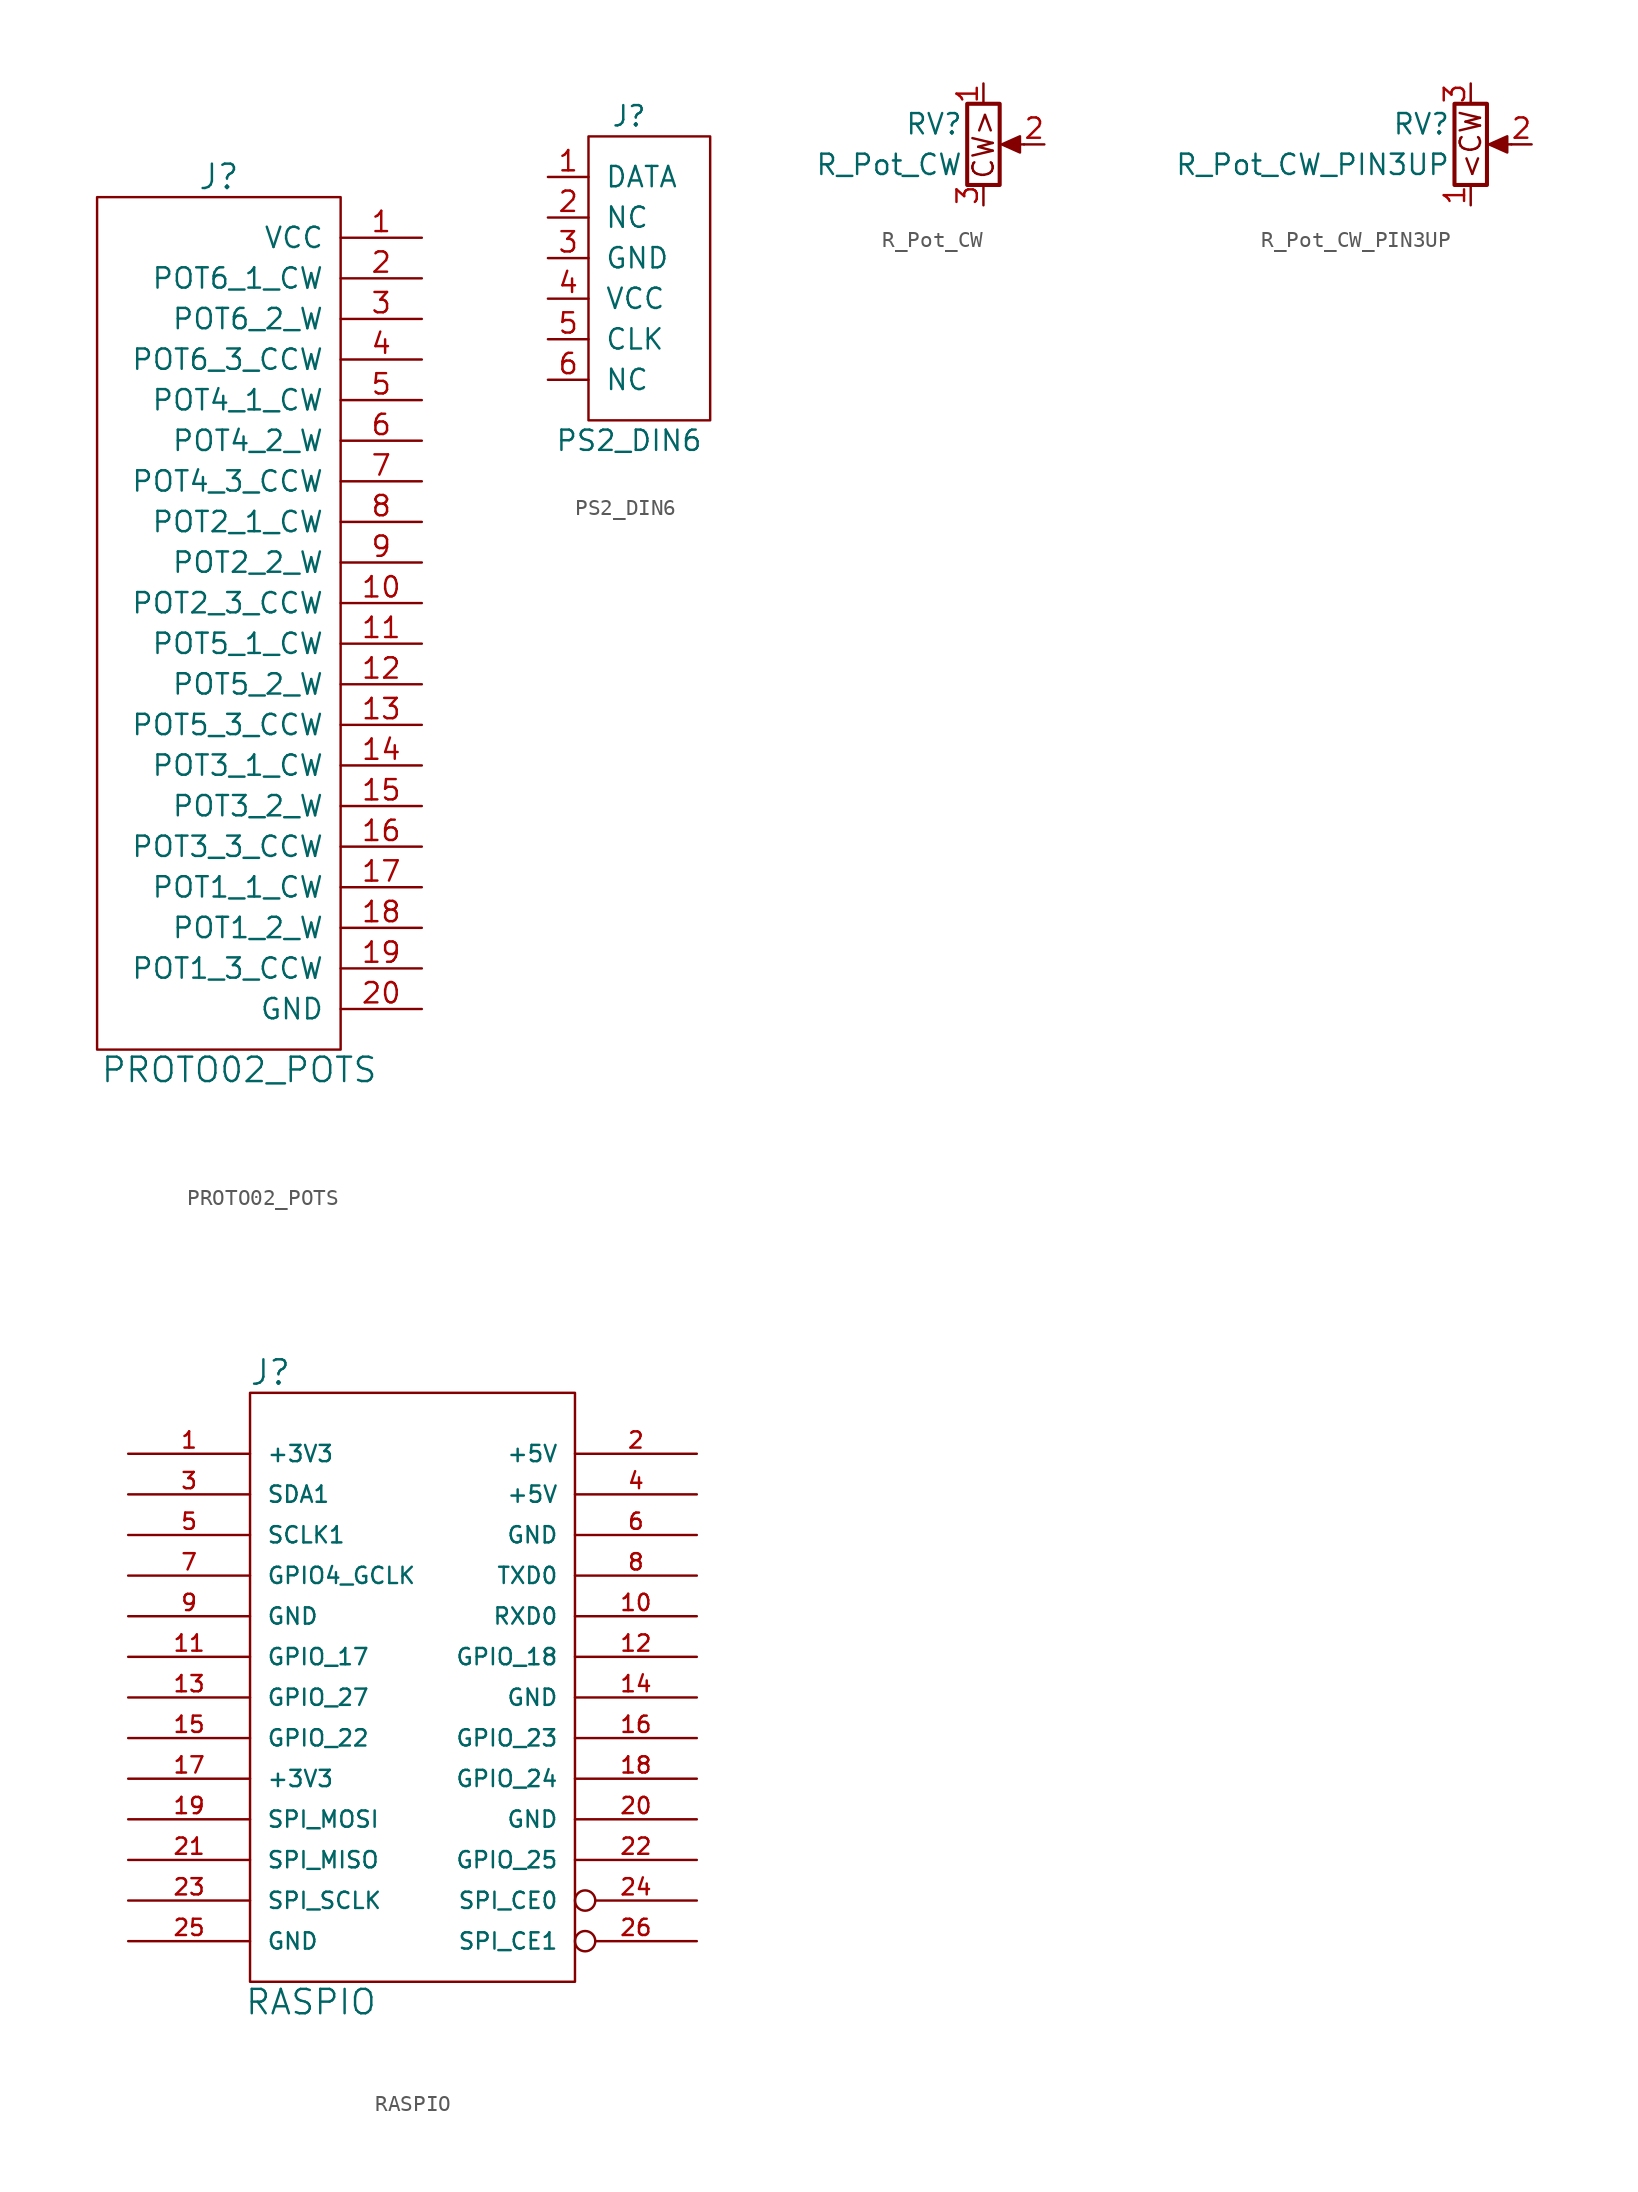
<source format=kicad_sym>
(kicad_symbol_lib
  (version 20211014)
  (generator kicad_symbol_editor)
  (symbol "PROTO02_POTS"
    (pin_names
      (offset 1.016))
    (property "Reference" "J"
      (at -1.27 27.94 0)
      (effects (font (size 1.524 1.524))))
    (property "Value" "PROTO02_POTS"
      (at 0 -27.94 0)
      (effects (font (size 1.524 1.524))))
    (property "Footprint" ""
      (at 1.27 16.51 0)
      (effects (font (size 1.524 1.524))))
    (property "Datasheet" ""
      (at 1.27 16.51 0)
      (effects (font (size 1.524 1.524))))
    (symbol "PROTO02_POTS_0_1"
      (rectangle (start -8.89 26.67) (end 6.35 -26.67) (stroke (width 0) (type default) (color 0 0 0 0)) (fill (type none))))
    (symbol "PROTO02_POTS_1_1"
      (pin power_in line (at 11.43 24.13 180) (length 5.08) (name "VCC" (effects (font (size 1.27 1.27)))) (number "1" (effects (font (size 1.27 1.27)))))
      (pin passive line (at 11.43 1.27 180) (length 5.08) (name "POT2_3_CCW" (effects (font (size 1.27 1.27)))) (number "10" (effects (font (size 1.27 1.27)))))
      (pin passive line (at 11.43 -1.27 180) (length 5.08) (name "POT5_1_CW" (effects (font (size 1.27 1.27)))) (number "11" (effects (font (size 1.27 1.27)))))
      (pin passive line (at 11.43 -3.81 180) (length 5.08) (name "POT5_2_W" (effects (font (size 1.27 1.27)))) (number "12" (effects (font (size 1.27 1.27)))))
      (pin passive line (at 11.43 -6.35 180) (length 5.08) (name "POT5_3_CCW" (effects (font (size 1.27 1.27)))) (number "13" (effects (font (size 1.27 1.27)))))
      (pin passive line (at 11.43 -8.89 180) (length 5.08) (name "POT3_1_CW" (effects (font (size 1.27 1.27)))) (number "14" (effects (font (size 1.27 1.27)))))
      (pin passive line (at 11.43 -11.43 180) (length 5.08) (name "POT3_2_W" (effects (font (size 1.27 1.27)))) (number "15" (effects (font (size 1.27 1.27)))))
      (pin passive line (at 11.43 -13.97 180) (length 5.08) (name "POT3_3_CCW" (effects (font (size 1.27 1.27)))) (number "16" (effects (font (size 1.27 1.27)))))
      (pin passive line (at 11.43 -16.51 180) (length 5.08) (name "POT1_1_CW" (effects (font (size 1.27 1.27)))) (number "17" (effects (font (size 1.27 1.27)))))
      (pin passive line (at 11.43 -19.05 180) (length 5.08) (name "POT1_2_W" (effects (font (size 1.27 1.27)))) (number "18" (effects (font (size 1.27 1.27)))))
      (pin passive line (at 11.43 -21.59 180) (length 5.08) (name "POT1_3_CCW" (effects (font (size 1.27 1.27)))) (number "19" (effects (font (size 1.27 1.27)))))
      (pin passive line (at 11.43 21.59 180) (length 5.08) (name "POT6_1_CW" (effects (font (size 1.27 1.27)))) (number "2" (effects (font (size 1.27 1.27)))))
      (pin power_in line (at 11.43 -24.13 180) (length 5.08) (name "GND" (effects (font (size 1.27 1.27)))) (number "20" (effects (font (size 1.27 1.27)))))
      (pin passive line (at 11.43 19.05 180) (length 5.08) (name "POT6_2_W" (effects (font (size 1.27 1.27)))) (number "3" (effects (font (size 1.27 1.27)))))
      (pin passive line (at 11.43 16.51 180) (length 5.08) (name "POT6_3_CCW" (effects (font (size 1.27 1.27)))) (number "4" (effects (font (size 1.27 1.27)))))
      (pin passive line (at 11.43 13.97 180) (length 5.08) (name "POT4_1_CW" (effects (font (size 1.27 1.27)))) (number "5" (effects (font (size 1.27 1.27)))))
      (pin passive line (at 11.43 11.43 180) (length 5.08) (name "POT4_2_W" (effects (font (size 1.27 1.27)))) (number "6" (effects (font (size 1.27 1.27)))))
      (pin passive line (at 11.43 8.89 180) (length 5.08) (name "POT4_3_CCW" (effects (font (size 1.27 1.27)))) (number "7" (effects (font (size 1.27 1.27)))))
      (pin passive line (at 11.43 6.35 180) (length 5.08) (name "POT2_1_CW" (effects (font (size 1.27 1.27)))) (number "8" (effects (font (size 1.27 1.27)))))
      (pin passive line (at 11.43 3.81 180) (length 5.08) (name "POT2_2_W" (effects (font (size 1.27 1.27)))) (number "9" (effects (font (size 1.27 1.27)))))))
  (symbol "PS2_DIN6"
    (pin_names
      (offset 1.016))
    (property "Reference" "J"
      (at -1.27 10.16 0)
      (effects (font (size 1.27 1.27))))
    (property "Value" "PS2_DIN6"
      (at -1.27 -10.16 0)
      (effects (font (size 1.27 1.27))))
    (symbol "PS2_DIN6_0_1"
      (rectangle (start -3.81 8.89) (end 3.81 -8.89) (stroke (width 0) (type default) (color 0 0 0 0)) (fill (type none))))
    (symbol "PS2_DIN6_1_1"
      (pin input line (at -6.35 6.35 0) (length 2.54) (name "DATA" (effects (font (size 1.27 1.27)))) (number "1" (effects (font (size 1.27 1.27)))))
      (pin input line (at -6.35 3.81 0) (length 2.54) (name "NC" (effects (font (size 1.27 1.27)))) (number "2" (effects (font (size 1.27 1.27)))))
      (pin input line (at -6.35 1.27 0) (length 2.54) (name "GND" (effects (font (size 1.27 1.27)))) (number "3" (effects (font (size 1.27 1.27)))))
      (pin input line (at -6.35 -1.27 0) (length 2.54) (name "VCC" (effects (font (size 1.27 1.27)))) (number "4" (effects (font (size 1.27 1.27)))))
      (pin input line (at -6.35 -3.81 0) (length 2.54) (name "CLK" (effects (font (size 1.27 1.27)))) (number "5" (effects (font (size 1.27 1.27)))))
      (pin input line (at -6.35 -6.35 0) (length 2.54) (name "NC" (effects (font (size 1.27 1.27)))) (number "6" (effects (font (size 1.27 1.27)))))))
  (symbol "R_Pot_CW"
    (pin_names
      (offset 1.016) hide)
    (property "Reference" "RV"
      (at -1.27 1.27 0)
      (effects (font (size 1.27 1.27)) (justify right)))
    (property "Value" "R_Pot_CW"
      (at -1.27 -1.27 0)
      (effects (font (size 1.27 1.27)) (justify right)))
    (symbol "R_Pot_CW_0_0"
      (text "CW>" (at 0 0 900) (effects (font (size 1.27 1.27)))))
    (symbol "R_Pot_CW_0_1"
      (polyline (pts (xy 2.54 0) (xy 1.524 0)) (stroke (width 0) (type default) (color 0 0 0 0)) (fill (type none)))
      (polyline (pts (xy 1.143 0) (xy 2.286 0.508) (xy 2.286 -0.508) (xy 1.143 0)) (stroke (width 0) (type default) (color 0 0 0 0)) (fill (type outline)))
      (rectangle (start 1.016 2.54) (end -1.016 -2.54) (stroke (width 0.254) (type default) (color 0 0 0 0)) (fill (type none))))
    (symbol "R_Pot_CW_1_1"
      (pin passive line (at 0 3.81 270) (length 1.27) (name "1" (effects (font (size 1.27 1.27)))) (number "1" (effects (font (size 1.27 1.27)))))
      (pin passive line (at 3.81 0 180) (length 1.27) (name "2" (effects (font (size 1.27 1.27)))) (number "2" (effects (font (size 1.27 1.27)))))
      (pin passive line (at 0 -3.81 90) (length 1.27) (name "3" (effects (font (size 1.27 1.27)))) (number "3" (effects (font (size 1.27 1.27)))))))
  (symbol "R_Pot_CW_PIN3UP"
    (pin_names
      (offset 1.016) hide)
    (property "Reference" "RV"
      (at -1.27 1.27 0)
      (effects (font (size 1.27 1.27)) (justify right)))
    (property "Value" "R_Pot_CW_PIN3UP"
      (at -1.27 -1.27 0)
      (effects (font (size 1.27 1.27)) (justify right)))
    (symbol "R_Pot_CW_PIN3UP_0_0"
      (text "<CW" (at 0 0 900) (effects (font (size 1.27 1.27)))))
    (symbol "R_Pot_CW_PIN3UP_0_1"
      (polyline (pts (xy 2.54 0) (xy 1.524 0)) (stroke (width 0) (type default) (color 0 0 0 0)) (fill (type none)))
      (polyline (pts (xy 1.143 0) (xy 2.286 0.508) (xy 2.286 -0.508) (xy 1.143 0)) (stroke (width 0) (type default) (color 0 0 0 0)) (fill (type outline)))
      (rectangle (start 1.016 2.54) (end -1.016 -2.54) (stroke (width 0.254) (type default) (color 0 0 0 0)) (fill (type none))))
    (symbol "R_Pot_CW_PIN3UP_1_1"
      (pin passive line (at 0 -3.81 90) (length 1.27) (name "1" (effects (font (size 1.27 1.27)))) (number "1" (effects (font (size 1.27 1.27)))))
      (pin passive line (at 3.81 0 180) (length 1.27) (name "2" (effects (font (size 1.27 1.27)))) (number "2" (effects (font (size 1.27 1.27)))))
      (pin passive line (at 0 3.81 270) (length 1.27) (name "3" (effects (font (size 1.27 1.27)))) (number "3" (effects (font (size 1.27 1.27)))))))
  (symbol "RASPIO"
    (pin_names
      (offset 1.016))
    (property "Reference" "J"
      (at -8.89 20.32 0)
      (effects (font (size 1.524 1.524))))
    (property "Value" "RASPIO"
      (at -6.35 -19.05 0)
      (effects (font (size 1.524 1.524))))
    (property "Footprint" ""
      (at 0 0 0)
      (effects (font (size 1.524 1.524))))
    (property "Datasheet" ""
      (at 0 0 0)
      (effects (font (size 1.524 1.524))))
    (symbol "RASPIO_0_1"
      (rectangle (start -10.16 19.05) (end 10.16 -17.78) (stroke (width 0) (type default) (color 0 0 0 0)) (fill (type none))))
    (symbol "RASPIO_1_1"
      (pin power_out line (at -17.78 15.24 0) (length 7.62) (name "+3V3" (effects (font (size 1.016 1.016)))) (number "1" (effects (font (size 1.016 1.016)))))
      (pin input line (at 17.78 5.08 180) (length 7.62) (name "RXD0" (effects (font (size 1.016 1.016)))) (number "10" (effects (font (size 1.016 1.016)))))
      (pin bidirectional line (at -17.78 2.54 0) (length 7.62) (name "GPIO_17" (effects (font (size 1.016 1.016)))) (number "11" (effects (font (size 1.016 1.016)))))
      (pin bidirectional line (at 17.78 2.54 180) (length 7.62) (name "GPIO_18" (effects (font (size 1.016 1.016)))) (number "12" (effects (font (size 1.016 1.016)))))
      (pin bidirectional line (at -17.78 0 0) (length 7.62) (name "GPIO_27" (effects (font (size 1.016 1.016)))) (number "13" (effects (font (size 1.016 1.016)))))
      (pin power_out line (at 17.78 0 180) (length 7.62) (name "GND" (effects (font (size 1.016 1.016)))) (number "14" (effects (font (size 1.016 1.016)))))
      (pin bidirectional line (at -17.78 -2.54 0) (length 7.62) (name "GPIO_22" (effects (font (size 1.016 1.016)))) (number "15" (effects (font (size 1.016 1.016)))))
      (pin bidirectional line (at 17.78 -2.54 180) (length 7.62) (name "GPIO_23" (effects (font (size 1.016 1.016)))) (number "16" (effects (font (size 1.016 1.016)))))
      (pin power_out line (at -17.78 -5.08 0) (length 7.62) (name "+3V3" (effects (font (size 1.016 1.016)))) (number "17" (effects (font (size 1.016 1.016)))))
      (pin bidirectional line (at 17.78 -5.08 180) (length 7.62) (name "GPIO_24" (effects (font (size 1.016 1.016)))) (number "18" (effects (font (size 1.016 1.016)))))
      (pin output line (at -17.78 -7.62 0) (length 7.62) (name "SPI_MOSI" (effects (font (size 1.016 1.016)))) (number "19" (effects (font (size 1.016 1.016)))))
      (pin power_out line (at 17.78 15.24 180) (length 7.62) (name "+5V" (effects (font (size 1.016 1.016)))) (number "2" (effects (font (size 1.016 1.016)))))
      (pin power_out line (at 17.78 -7.62 180) (length 7.62) (name "GND" (effects (font (size 1.016 1.016)))) (number "20" (effects (font (size 1.016 1.016)))))
      (pin input line (at -17.78 -10.16 0) (length 7.62) (name "SPI_MISO" (effects (font (size 1.016 1.016)))) (number "21" (effects (font (size 1.016 1.016)))))
      (pin output line (at 17.78 -10.16 180) (length 7.62) (name "GPIO_25" (effects (font (size 1.016 1.016)))) (number "22" (effects (font (size 1.016 1.016)))))
      (pin output line (at -17.78 -12.7 0) (length 7.62) (name "SPI_SCLK" (effects (font (size 1.016 1.016)))) (number "23" (effects (font (size 1.016 1.016)))))
      (pin output inverted (at 17.78 -12.7 180) (length 7.62) (name "SPI_CE0" (effects (font (size 1.016 1.016)))) (number "24" (effects (font (size 1.016 1.016)))))
      (pin power_out line (at -17.78 -15.24 0) (length 7.62) (name "GND" (effects (font (size 1.016 1.016)))) (number "25" (effects (font (size 1.016 1.016)))))
      (pin bidirectional inverted (at 17.78 -15.24 180) (length 7.62) (name "SPI_CE1" (effects (font (size 1.016 1.016)))) (number "26" (effects (font (size 1.016 1.016)))))
      (pin bidirectional line (at -17.78 12.7 0) (length 7.62) (name "SDA1" (effects (font (size 1.016 1.016)))) (number "3" (effects (font (size 1.016 1.016)))))
      (pin power_out line (at 17.78 12.7 180) (length 7.62) (name "+5V" (effects (font (size 1.016 1.016)))) (number "4" (effects (font (size 1.016 1.016)))))
      (pin output line (at -17.78 10.16 0) (length 7.62) (name "SCLK1" (effects (font (size 1.016 1.016)))) (number "5" (effects (font (size 1.016 1.016)))))
      (pin power_out line (at 17.78 10.16 180) (length 7.62) (name "GND" (effects (font (size 1.016 1.016)))) (number "6" (effects (font (size 1.016 1.016)))))
      (pin output line (at -17.78 7.62 0) (length 7.62) (name "GPIO4_GCLK" (effects (font (size 1.016 1.016)))) (number "7" (effects (font (size 1.016 1.016)))))
      (pin output line (at 17.78 7.62 180) (length 7.62) (name "TXD0" (effects (font (size 1.016 1.016)))) (number "8" (effects (font (size 1.016 1.016)))))
      (pin power_out line (at -17.78 5.08 0) (length 7.62) (name "GND" (effects (font (size 1.016 1.016)))) (number "9" (effects (font (size 1.016 1.016))))))))
</source>
